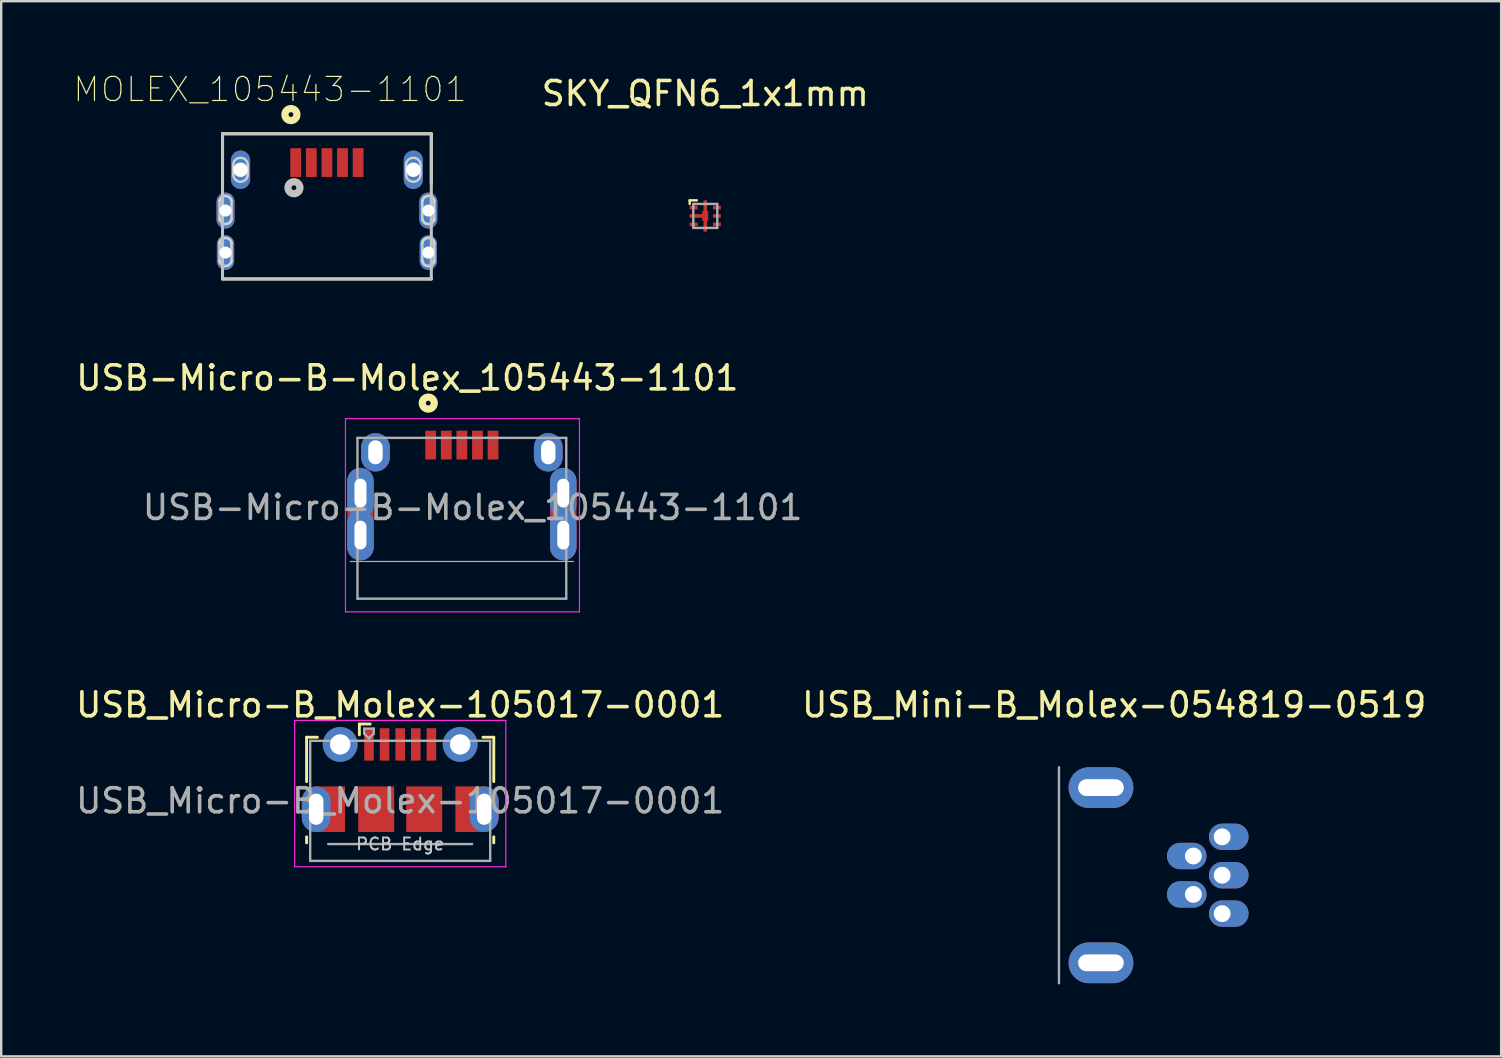
<source format=kicad_pcb>
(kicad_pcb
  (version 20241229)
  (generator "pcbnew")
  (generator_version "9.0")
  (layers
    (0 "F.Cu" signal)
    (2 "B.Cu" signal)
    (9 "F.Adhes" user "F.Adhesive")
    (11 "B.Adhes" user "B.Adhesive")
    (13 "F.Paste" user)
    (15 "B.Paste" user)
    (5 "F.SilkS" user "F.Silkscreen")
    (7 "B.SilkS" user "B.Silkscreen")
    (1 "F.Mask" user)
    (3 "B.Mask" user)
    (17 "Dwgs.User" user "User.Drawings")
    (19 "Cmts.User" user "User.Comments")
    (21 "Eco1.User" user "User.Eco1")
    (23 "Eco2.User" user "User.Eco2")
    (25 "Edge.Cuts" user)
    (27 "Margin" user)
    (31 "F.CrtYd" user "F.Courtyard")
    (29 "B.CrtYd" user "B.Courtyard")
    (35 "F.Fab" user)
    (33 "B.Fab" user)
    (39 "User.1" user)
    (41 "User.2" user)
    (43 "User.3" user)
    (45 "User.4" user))
  (footprint "USB-Micro-B-Molex_105443-1101"
    (layer "F.Cu")
    (at 16.195 17.696)
    (property "Reference" "USB-Micro-B-Molex_105443-1101" (at -2.271 -4.999 0) (layer "F.SilkS") (effects (font (size 1 1.004) (thickness 0.15))))
    (attr smd)
    (fp_circle (center -1.4 -3.95) (end -1.3 -3.95) (stroke (width 0.3) (type solid)) (fill no) (layer "F.SilkS"))
    (fp_line (start -4.85 -3.3) (end -4.85 4.75) (stroke (width 0.05) (type solid)) (layer "F.CrtYd"))
    (fp_line (start -4.85 -3.3) (end 4.9 -3.3) (stroke (width 0.05) (type solid)) (layer "F.CrtYd"))
    (fp_line (start -4.85 4.75) (end 4.9 4.75) (stroke (width 0.05) (type solid)) (layer "F.CrtYd"))
    (fp_line (start 4.9 -3.3) (end 4.9 4.75) (stroke (width 0.05) (type solid)) (layer "F.CrtYd"))
    (fp_line (start -4.65 2.65) (end 4.65 2.65) (stroke (width 0.05) (type solid)) (layer "F.Fab"))
    (fp_line (start -4.35 -2.5) (end 4.35 -2.5) (stroke (width 0.1) (type solid)) (layer "F.Fab"))
    (fp_line (start -4.35 4.2) (end -4.35 -2.5) (stroke (width 0.1) (type solid)) (layer "F.Fab"))
    (fp_line (start -4.35 4.2) (end 4.35 4.2) (stroke (width 0.1) (type solid)) (layer "F.Fab"))
    (fp_line (start 4.35 -2.5) (end 4.35 4.2) (stroke (width 0.1) (type solid)) (layer "F.Fab"))
    (fp_text user "${REFERENCE}" (at 0.45 0.4 0) (layer "F.Fab") (effects (font (size 1 1) (thickness 0.15))))
    (pad "1" smd rect (at -1.3 -2.2 90) (size 1.2 0.45) (layers "F.Cu" "F.Mask" "F.Paste"))
    (pad "2" smd rect (at -0.65 -2.2 90) (size 1.2 0.45) (layers "F.Cu" "F.Mask" "F.Paste"))
    (pad "3" smd rect (at 0 -2.2 90) (size 1.2 0.45) (layers "F.Cu" "F.Mask" "F.Paste"))
    (pad "4" smd rect (at 0.65 -2.2 90) (size 1.2 0.45) (layers "F.Cu" "F.Mask" "F.Paste"))
    (pad "5" smd rect (at 1.3 -2.2 90) (size 1.2 0.45) (layers "F.Cu" "F.Mask" "F.Paste"))
    (pad "SH" thru_hole oval (at -4.225 -0.2 180) (size 1.1 2.1) (drill oval 0.5 1.2) (layers "*.Cu" "*.Mask"))
    (pad "SH" smd oval (at -4.225 0.675 180) (size 1.1 3.85) (layers "F.Cu" "F.Mask" "F.Paste"))
    (pad "SH" thru_hole oval (at -4.225 1.55 180) (size 1.1 2.1) (drill oval 0.5 1.2) (layers "*.Cu" "*.Mask"))
    (pad "SH" thru_hole oval (at -3.6 -1.9 180) (size 1.2 1.6) (drill oval 0.6 1) (layers "*.Cu" "*.Mask"))
    (pad "SH" thru_hole oval (at 3.6 -1.9 180) (size 1.2 1.6) (drill oval 0.6 1) (layers "*.Cu" "*.Mask"))
    (pad "SH" thru_hole oval (at 4.225 -0.2 180) (size 1.1 2.1) (drill oval 0.5 1.2) (layers "*.Cu" "*.Mask"))
    (pad "SH" smd oval (at 4.225 0.675 180) (size 1.1 3.85) (layers "F.Cu" "F.Mask" "F.Paste"))
    (pad "SH" thru_hole oval (at 4.225 1.55 180) (size 1.1 2.1) (drill oval 0.5 1.2) (layers "*.Cu" "*.Mask")))
  (footprint "MOLEX_105443-1101"
    (layer "F.Cu")
    (at 10.572 3.724)
    (property "Reference" "MOLEX_105443-1101" (at -2.371 -3.049 0) (layer "F.SilkS") (effects (font (size 1.004 1.004) (thickness 0.05))))
    (attr through_hole)
    (fp_line (start -4.35 -1.2) (end -4.35 0.9) (stroke (width 0.127) (type solid)) (layer "F.SilkS"))
    (fp_line (start -4.35 4.85) (end 4.35 4.85) (stroke (width 0.127) (type solid)) (layer "F.SilkS"))
    (fp_line (start 4.35 -1.2) (end -4.35 -1.2) (stroke (width 0.127) (type solid)) (layer "F.SilkS"))
    (fp_line (start 4.35 0.9) (end 4.35 -1.2) (stroke (width 0.127) (type solid)) (layer "F.SilkS"))
    (fp_circle (center -1.5 -2) (end -1.4 -2) (stroke (width 0.3) (type solid)) (fill no) (layer "F.SilkS"))
    (fp_line (start -4.35 -1.2) (end -4.35 4.85) (stroke (width 0.127) (type solid)) (layer "Dwgs.User"))
    (fp_line (start -4.35 4.85) (end 4.35 4.85) (stroke (width 0.127) (type solid)) (layer "Dwgs.User"))
    (fp_line (start 4.35 -1.2) (end -4.35 -1.2) (stroke (width 0.127) (type solid)) (layer "Dwgs.User"))
    (fp_line (start 4.35 4.85) (end 4.35 -1.1) (stroke (width 0.127) (type solid)) (layer "Dwgs.User"))
    (fp_circle (center -1.373 1.048) (end -1.273 1.048) (stroke (width 0.3) (type solid)) (fill no) (layer "Dwgs.User"))
    (fp_line (start -4.85 -1.45) (end -4.85 5.1) (stroke (width 0.05) (type solid)) (layer "Eco1.User"))
    (fp_line (start -4.85 5.1) (end 4.85 5.1) (stroke (width 0.05) (type solid)) (layer "Eco1.User"))
    (fp_line (start 4.85 -1.45) (end -4.85 -1.45) (stroke (width 0.05) (type solid)) (layer "Eco1.User"))
    (fp_line (start 4.85 5.1) (end 4.85 -1.45) (stroke (width 0.05) (type solid)) (layer "Eco1.User"))
    (fp_line (start -4.475 2.35) (end -4.475 1.6) (stroke (width 0.1) (type solid)) (layer "Edge.Cuts"))
    (fp_line (start -4.475 4.1) (end -4.475 3.35) (stroke (width 0.1) (type solid)) (layer "Edge.Cuts"))
    (fp_line (start -3.975 2.35) (end -3.975 1.6) (stroke (width 0.1) (type solid)) (layer "Edge.Cuts"))
    (fp_line (start -3.975 4.1) (end -3.975 3.35) (stroke (width 0.1) (type solid)) (layer "Edge.Cuts"))
    (fp_line (start -3.9 0.15) (end -3.9 0.5) (stroke (width 0.1) (type solid)) (layer "Edge.Cuts"))
    (fp_line (start -3.3 0.15) (end -3.3 0.5) (stroke (width 0.1) (type solid)) (layer "Edge.Cuts"))
    (fp_line (start 3.3 0.15) (end 3.3 0.5) (stroke (width 0.1) (type solid)) (layer "Edge.Cuts"))
    (fp_line (start 3.9 0.15) (end 3.9 0.5) (stroke (width 0.1) (type solid)) (layer "Edge.Cuts"))
    (fp_line (start 3.975 2.35) (end 3.975 1.6) (stroke (width 0.1) (type solid)) (layer "Edge.Cuts"))
    (fp_line (start 3.975 4.1) (end 3.975 3.35) (stroke (width 0.1) (type solid)) (layer "Edge.Cuts"))
    (fp_line (start 4.475 2.35) (end 4.475 1.6) (stroke (width 0.1) (type solid)) (layer "Edge.Cuts"))
    (fp_line (start 4.475 4.1) (end 4.475 3.35) (stroke (width 0.1) (type solid)) (layer "Edge.Cuts"))
    (fp_arc (start -4.474946 1.599678) (mid -4.224837 1.388221) (end -3.975 1.6) (stroke (width 0.1) (type solid)) (layer "Edge.Cuts"))
    (fp_arc (start -4.474946 1.599678) (mid -4.224837 1.388221) (end -3.975 1.6) (stroke (width 0.1) (type solid)) (layer "Edge.Cuts"))
    (fp_arc (start -4.474946 3.349678) (mid -4.224837 3.138221) (end -3.975 3.35) (stroke (width 0.1) (type solid)) (layer "Edge.Cuts"))
    (fp_arc (start -4.474946 3.349678) (mid -4.224837 3.138221) (end -3.975 3.35) (stroke (width 0.1) (type solid)) (layer "Edge.Cuts"))
    (fp_arc (start -3.975054 2.350322) (mid -4.225163 2.561779) (end -4.475 2.35) (stroke (width 0.1) (type solid)) (layer "Edge.Cuts"))
    (fp_arc (start -3.975054 2.350322) (mid -4.225163 2.561779) (end -4.475 2.35) (stroke (width 0.1) (type solid)) (layer "Edge.Cuts"))
    (fp_arc (start -3.975054 4.100322) (mid -4.225163 4.311779) (end -4.475 4.1) (stroke (width 0.1) (type solid)) (layer "Edge.Cuts"))
    (fp_arc (start -3.975054 4.100322) (mid -4.225163 4.311779) (end -4.475 4.1) (stroke (width 0.1) (type solid)) (layer "Edge.Cuts"))
    (fp_arc (start -3.900077 0.149503) (mid -3.599749 -0.200001) (end -3.3 0.15) (stroke (width 0.1) (type solid)) (layer "Edge.Cuts"))
    (fp_arc (start -3.3 0.5) (mid -3.6 0.8) (end -3.9 0.5) (stroke (width 0.1) (type solid)) (layer "Edge.Cuts"))
    (fp_arc (start 3.299923 0.149503) (mid 3.600251 -0.200001) (end 3.9 0.15) (stroke (width 0.1) (type solid)) (layer "Edge.Cuts"))
    (fp_arc (start 3.9 0.5) (mid 3.6 0.8) (end 3.3 0.5) (stroke (width 0.1) (type solid)) (layer "Edge.Cuts"))
    (fp_arc (start 3.975054 1.599678) (mid 4.225163 1.388221) (end 4.475 1.6) (stroke (width 0.1) (type solid)) (layer "Edge.Cuts"))
    (fp_arc (start 3.975054 1.599678) (mid 4.225163 1.388221) (end 4.475 1.6) (stroke (width 0.1) (type solid)) (layer "Edge.Cuts"))
    (fp_arc (start 3.975054 3.349678) (mid 4.225163 3.138221) (end 4.475 3.35) (stroke (width 0.1) (type solid)) (layer "Edge.Cuts"))
    (fp_arc (start 3.975054 3.349678) (mid 4.225163 3.138221) (end 4.475 3.35) (stroke (width 0.1) (type solid)) (layer "Edge.Cuts"))
    (fp_arc (start 4.474946 2.350322) (mid 4.224837 2.561779) (end 3.975 2.35) (stroke (width 0.1) (type solid)) (layer "Edge.Cuts"))
    (fp_arc (start 4.474946 2.350322) (mid 4.224837 2.561779) (end 3.975 2.35) (stroke (width 0.1) (type solid)) (layer "Edge.Cuts"))
    (fp_arc (start 4.474946 4.100322) (mid 4.224837 4.311779) (end 3.975 4.1) (stroke (width 0.1) (type solid)) (layer "Edge.Cuts"))
    (fp_arc (start 4.474946 4.100322) (mid 4.224837 4.311779) (end 3.975 4.1) (stroke (width 0.1) (type solid)) (layer "Edge.Cuts"))
    (pad "1" smd rect (at -1.3 0 90) (size 1.2 0.45) (layers "F.Cu" "F.Mask" "F.Paste"))
    (pad "2" smd rect (at -0.65 0 90) (size 1.2 0.45) (layers "F.Cu" "F.Mask" "F.Paste"))
    (pad "3" smd rect (at 0 0 90) (size 1.2 0.45) (layers "F.Cu" "F.Mask" "F.Paste"))
    (pad "4" smd rect (at 0.65 0 90) (size 1.2 0.45) (layers "F.Cu" "F.Mask" "F.Paste"))
    (pad "5" smd rect (at 1.3 0 90) (size 1.2 0.45) (layers "F.Cu" "F.Mask" "F.Paste"))
    (pad "SH1" thru_hole oval (at -3.6 0.3 90) (size 1.6 0.8) (drill 0.6) (layers "*.Cu" "*.Mask"))
    (pad "SH2" thru_hole oval (at -4.225 2 90) (size 1.5 0.75) (drill 0.5) (layers "*.Cu" "*.Mask"))
    (pad "SH3" thru_hole oval (at -4.225 3.75 90) (size 1.44 0.72) (drill 0.5) (layers "*.Cu" "*.Mask"))
    (pad "SH4" thru_hole oval (at 4.225 3.75 90) (size 1.44 0.72) (drill 0.5) (layers "*.Cu" "*.Mask"))
    (pad "SH5" thru_hole oval (at 4.225 2 90) (size 1.5 0.75) (drill 0.5) (layers "*.Cu" "*.Mask"))
    (pad "SH6" thru_hole oval (at 3.6 0.3 90) (size 1.6 0.8) (drill 0.6) (layers "*.Cu" "*.Mask")))
  (footprint "USB_Micro-B_Molex-105017-0001"
    (layer "F.Cu")
    (at 13.625 30.319)
    (property "Reference" "USB_Micro-B_Molex-105017-0001" (at 0 -4 0) (layer "F.SilkS") (effects (font (size 1 1) (thickness 0.15))))
    (attr smd)
    (fp_line (start -3.9 -2.65) (end -3.45 -2.65) (stroke (width 0.12) (type solid)) (layer "F.SilkS"))
    (fp_line (start -3.9 -0.8) (end -3.9 -2.65) (stroke (width 0.12) (type solid)) (layer "F.SilkS"))
    (fp_line (start -3.9 1.75) (end -3.9 1.5) (stroke (width 0.12) (type solid)) (layer "F.SilkS"))
    (fp_line (start -1.7 -3.2) (end -1.7 -2.75) (stroke (width 0.12) (type solid)) (layer "F.SilkS"))
    (fp_line (start -1.7 -3.2) (end -1.25 -3.2) (stroke (width 0.12) (type solid)) (layer "F.SilkS"))
    (fp_line (start 3.9 -2.65) (end 3.45 -2.65) (stroke (width 0.12) (type solid)) (layer "F.SilkS"))
    (fp_line (start 3.9 -0.8) (end 3.9 -2.65) (stroke (width 0.12) (type solid)) (layer "F.SilkS"))
    (fp_line (start 3.9 1.75) (end 3.9 1.5) (stroke (width 0.12) (type solid)) (layer "F.SilkS"))
    (fp_line (start -4.4 -3.35) (end 4.4 -3.35) (stroke (width 0.05) (type solid)) (layer "F.CrtYd"))
    (fp_line (start -4.4 2.75) (end -4.4 -3.35) (stroke (width 0.05) (type solid)) (layer "F.CrtYd"))
    (fp_line (start -4.4 2.75) (end 4.4 2.75) (stroke (width 0.05) (type solid)) (layer "F.CrtYd"))
    (fp_line (start 4.4 -3.35) (end 4.4 2.75) (stroke (width 0.05) (type solid)) (layer "F.CrtYd"))
    (fp_line (start -3.75 -2.5) (end 3.75 -2.5) (stroke (width 0.1) (type solid)) (layer "F.Fab"))
    (fp_line (start -3.75 2.5) (end -3.75 -2.5) (stroke (width 0.1) (type solid)) (layer "F.Fab"))
    (fp_line (start -3.75 2.502) (end 3.75 2.502) (stroke (width 0.1) (type solid)) (layer "F.Fab"))
    (fp_line (start -3 1.802) (end 3 1.802) (stroke (width 0.1) (type solid)) (layer "F.Fab"))
    (fp_line (start -1.5 -3.01) (end -1.5 -2.8) (stroke (width 0.1) (type solid)) (layer "F.Fab"))
    (fp_line (start -1.5 -3.01) (end -1.1 -3.01) (stroke (width 0.1) (type solid)) (layer "F.Fab"))
    (fp_line (start -1.3 -2.6) (end -1.5 -2.8) (stroke (width 0.1) (type solid)) (layer "F.Fab"))
    (fp_line (start -1.1 -3.01) (end -1.1 -2.8) (stroke (width 0.1) (type solid)) (layer "F.Fab"))
    (fp_line (start -1.1 -2.8) (end -1.3 -2.6) (stroke (width 0.1) (type solid)) (layer "F.Fab"))
    (fp_line (start 3.75 2.5) (end 3.75 -2.5) (stroke (width 0.1) (type solid)) (layer "F.Fab"))
    (fp_text user "PCB Edge" (at 0 1.8 0) (layer "Dwgs.User") (effects (font (size 0.5 0.5) (thickness 0.08))))
    (fp_text user "${REFERENCE}" (at 0 0 0) (layer "F.Fab") (effects (font (size 1 1) (thickness 0.15))))
    (pad "1" smd rect (at -1.3 -2.35) (size 0.4 1.35) (layers "F.Cu" "F.Mask" "F.Paste"))
    (pad "2" smd rect (at -0.65 -2.35) (size 0.4 1.35) (layers "F.Cu" "F.Mask" "F.Paste"))
    (pad "3" smd rect (at 0 -2.35) (size 0.4 1.35) (layers "F.Cu" "F.Mask" "F.Paste"))
    (pad "4" smd rect (at 0.65 -2.35) (size 0.4 1.35) (layers "F.Cu" "F.Mask" "F.Paste"))
    (pad "5" smd rect (at 1.3 -2.35) (size 0.4 1.35) (layers "F.Cu" "F.Mask" "F.Paste"))
    (pad "6" thru_hole oval (at -3.5 0.35 180) (size 1.2 1.9) (drill oval 0.6 1.3) (layers "*.Cu" "*.Mask"))
    (pad "6" smd rect (at -2.9 0.35) (size 1.2 1.9) (layers "F.Cu" "F.Mask"))
    (pad "6" thru_hole circle (at -2.5 -2.35) (size 1.45 1.45) (drill 0.85) (layers "*.Cu" "*.Mask"))
    (pad "6" smd rect (at -1 0.35) (size 1.5 1.9) (layers "F.Cu" "F.Mask" "F.Paste"))
    (pad "6" smd rect (at 1 0.35) (size 1.5 1.9) (layers "F.Cu" "F.Mask" "F.Paste"))
    (pad "6" thru_hole circle (at 2.5 -2.35) (size 1.45 1.45) (drill 0.85) (layers "*.Cu" "*.Mask"))
    (pad "6" smd rect (at 2.9 0.35) (size 1.2 1.9) (layers "F.Cu" "F.Mask"))
    (pad "6" thru_hole oval (at 3.5 0.35) (size 1.2 1.9) (drill oval 0.6 1.3) (layers "*.Cu" "*.Mask")))
  (footprint "SKY_QFN6_1x1mm"
    (layer "F.Cu")
    (at 26.338 5.948)
    (property "Reference" "SKY_QFN6_1x1mm" (at 0 -5.1 0) (layer "F.SilkS") (effects (font (size 1 1) (thickness 0.15))))
    (attr through_hole)
    (fp_line (start -0.65 -0.65) (end -0.65 -0.5) (stroke (width 0.1) (type solid)) (layer "F.SilkS"))
    (fp_line (start -0.35 -0.65) (end -0.65 -0.65) (stroke (width 0.1) (type solid)) (layer "F.SilkS"))
    (fp_line (start -0.5 -0.5) (end -0.5 0.5) (stroke (width 0.1) (type solid)) (layer "F.Fab"))
    (fp_line (start -0.5 -0.5) (end 0.5 -0.5) (stroke (width 0.1) (type solid)) (layer "F.Fab"))
    (fp_line (start -0.5 0.5) (end 0.5 0.5) (stroke (width 0.1) (type solid)) (layer "F.Fab"))
    (fp_line (start 0.5 -0.5) (end 0.5 0.5) (stroke (width 0.1) (type solid)) (layer "F.Fab"))
    (pad "1" smd rect (at -0.485 -0.35 90) (size 0.15 0.33) (layers "F.Cu" "F.Mask" "F.Paste"))
    (pad "2" smd rect (at -0.485 0 90) (size 0.15 0.33) (layers "F.Cu" "F.Mask" "F.Paste"))
    (pad "2" smd rect (at -0.2 0 90) (size 0.15 0.33) (layers "F.Cu" "F.Mask" "F.Paste"))
    (pad "2" smd rect (at 0 -0.4 180) (size 0.15 0.5) (layers "F.Cu" "F.Mask" "F.Paste"))
    (pad "2" smd rect (at 0 0 180) (size 0.25 0.4) (layers "F.Cu" "F.Mask" "F.Paste"))
    (pad "2" smd rect (at 0 0.4 180) (size 0.15 0.5) (layers "F.Cu" "F.Mask" "F.Paste"))
    (pad "3" smd rect (at -0.485 0.35 90) (size 0.15 0.33) (layers "F.Cu" "F.Mask" "F.Paste"))
    (pad "4" smd rect (at 0.485 0.35 90) (size 0.15 0.33) (layers "F.Cu" "F.Mask" "F.Paste"))
    (pad "5" smd rect (at 0.485 0 90) (size 0.15 0.33) (layers "F.Cu" "F.Mask" "F.Paste"))
    (pad "6" smd rect (at 0.485 -0.35 90) (size 0.15 0.33) (layers "F.Cu" "F.Mask" "F.Paste")))
  (footprint "USB_Mini-B_Molex-054819-0519"
    (layer "F.Cu")
    (at 41.075 33.419)
    (property "Reference" "USB_Mini-B_Molex-054819-0519" (at 2.3 -7.1 0) (layer "F.SilkS") (effects (font (size 1 1) (thickness 0.15))))
    (attr through_hole)
    (fp_line (start 0 -4.5) (end 0 4.5) (stroke (width 0.1) (type solid)) (layer "F.Fab"))
    (pad "1" thru_hole oval (at 6.8 -1.6 90) (size 1.1 1.65) (drill 0.7 (offset 0 0.275)) (layers "*.Cu" "*.Mask"))
    (pad "2" thru_hole oval (at 5.6 -0.8 270) (size 1.1 1.65) (drill 0.7 (offset 0 0.275)) (layers "*.Cu" "*.Mask"))
    (pad "3" thru_hole oval (at 6.8 0 90) (size 1.1 1.65) (drill 0.7 (offset 0 0.275)) (layers "*.Cu" "*.Mask"))
    (pad "4" thru_hole oval (at 5.6 0.8 270) (size 1.1 1.65) (drill 0.7 (offset 0 0.275)) (layers "*.Cu" "*.Mask"))
    (pad "5" thru_hole oval (at 6.8 1.6 90) (size 1.1 1.65) (drill 0.7 (offset 0 0.275)) (layers "*.Cu" "*.Mask"))
    (pad "6" thru_hole oval (at 1.75 -3.65 180) (size 2.7 1.7) (drill oval 1.9 0.7) (layers "*.Cu" "*.Mask"))
    (pad "6" thru_hole oval (at 1.75 3.65 180) (size 2.7 1.7) (drill oval 1.9 0.7) (layers "*.Cu" "*.Mask")))
  (gr_rect
    (start -3 -3)
    (end 59.5 40.969)
    (stroke (width 0.1) (type default))
    (fill no)
    (layer "Edge.Cuts")))
</source>
